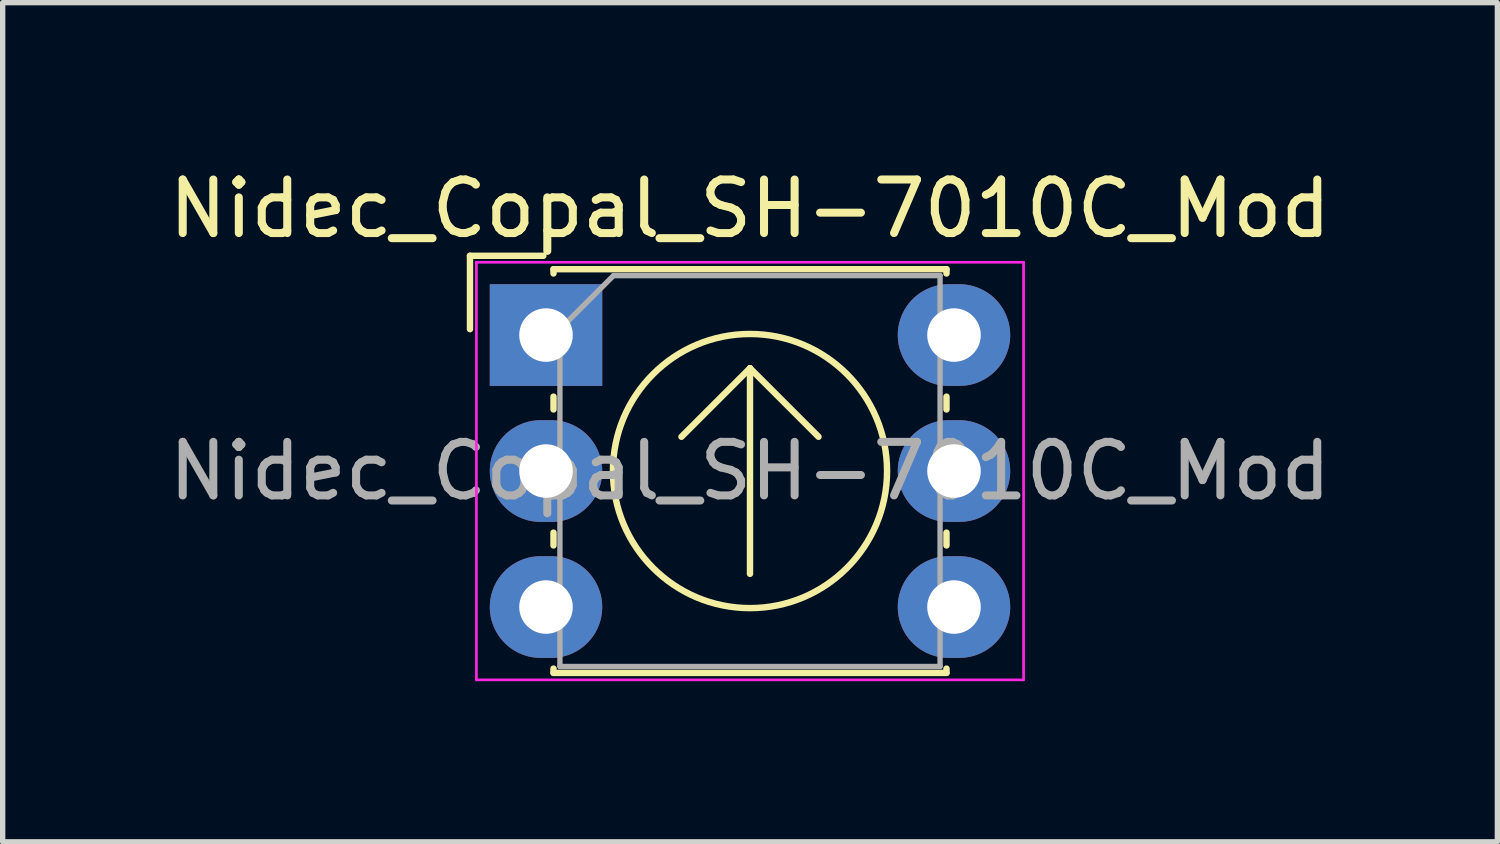
<source format=kicad_pcb>
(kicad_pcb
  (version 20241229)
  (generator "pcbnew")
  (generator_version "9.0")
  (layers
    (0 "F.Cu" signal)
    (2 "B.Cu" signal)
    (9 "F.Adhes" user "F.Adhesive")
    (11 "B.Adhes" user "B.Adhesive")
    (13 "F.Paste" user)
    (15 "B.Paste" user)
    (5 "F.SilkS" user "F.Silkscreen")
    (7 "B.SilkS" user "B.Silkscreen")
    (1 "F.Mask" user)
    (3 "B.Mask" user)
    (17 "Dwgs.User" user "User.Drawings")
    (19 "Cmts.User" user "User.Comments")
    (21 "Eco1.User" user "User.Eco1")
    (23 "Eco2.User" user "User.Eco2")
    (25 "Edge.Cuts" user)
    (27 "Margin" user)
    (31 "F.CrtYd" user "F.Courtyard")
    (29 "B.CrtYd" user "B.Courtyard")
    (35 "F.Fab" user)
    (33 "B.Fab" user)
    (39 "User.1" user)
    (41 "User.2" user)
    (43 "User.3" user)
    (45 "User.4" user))
  (footprint "Nidec_Copal_SH-7010C_Mod"
    (layer "F.Cu")
    (at 7.148 3.208)
    (property "Reference" "Nidec_Copal_SH-7010C_Mod" (at 3.81 -2.36 0) (layer "F.SilkS") (effects (font (size 1 1) (thickness 0.15))))
    (attr through_hole)
    (fp_line (start -1.42 -1.48) (end -0.05 -1.48) (stroke (width 0.12) (type solid)) (layer "F.SilkS"))
    (fp_line (start -1.42 -0.11) (end -1.42 -1.48) (stroke (width 0.12) (type solid)) (layer "F.SilkS"))
    (fp_line (start 0.14 -1.23) (end 7.48 -1.23) (stroke (width 0.12) (type solid)) (layer "F.SilkS"))
    (fp_line (start 0.14 -1.15) (end 0.14 -1.23) (stroke (width 0.12) (type solid)) (layer "F.SilkS"))
    (fp_line (start 0.14 1.15) (end 0.14 1.39) (stroke (width 0.12) (type solid)) (layer "F.SilkS"))
    (fp_line (start 0.14 3.69) (end 0.14 3.93) (stroke (width 0.12) (type solid)) (layer "F.SilkS"))
    (fp_line (start 0.14 6.23) (end 0.14 6.31) (stroke (width 0.12) (type solid)) (layer "F.SilkS"))
    (fp_line (start 0.14 6.31) (end 7.48 6.31) (stroke (width 0.12) (type solid)) (layer "F.SilkS"))
    (fp_line (start 2.53 1.9) (end 3.81 0.62) (stroke (width 0.12) (type solid)) (layer "F.SilkS"))
    (fp_line (start 3.81 0.62) (end 3.81 4.46) (stroke (width 0.12) (type solid)) (layer "F.SilkS"))
    (fp_line (start 3.81 0.62) (end 5.09 1.9) (stroke (width 0.12) (type solid)) (layer "F.SilkS"))
    (fp_line (start 7.48 -1.23) (end 7.48 -1.15) (stroke (width 0.12) (type solid)) (layer "F.SilkS"))
    (fp_line (start 7.48 1.15) (end 7.48 1.39) (stroke (width 0.12) (type solid)) (layer "F.SilkS"))
    (fp_line (start 7.48 3.69) (end 7.48 3.93) (stroke (width 0.12) (type solid)) (layer "F.SilkS"))
    (fp_line (start 7.48 6.31) (end 7.48 6.23) (stroke (width 0.12) (type solid)) (layer "F.SilkS"))
    (fp_circle (center 3.81 2.54) (end 6.37 2.54) (stroke (width 0.12) (type solid)) (fill no) (layer "F.SilkS"))
    (fp_line (start -1.3 -1.36) (end -1.3 6.44) (stroke (width 0.05) (type solid)) (layer "F.CrtYd"))
    (fp_line (start -1.3 6.44) (end 8.92 6.44) (stroke (width 0.05) (type solid)) (layer "F.CrtYd"))
    (fp_line (start 8.92 -1.36) (end -1.3 -1.36) (stroke (width 0.05) (type solid)) (layer "F.CrtYd"))
    (fp_line (start 8.92 6.44) (end 8.92 -1.36) (stroke (width 0.05) (type solid)) (layer "F.CrtYd"))
    (fp_line (start 0.26 -0.11) (end 1.26 -1.11) (stroke (width 0.1) (type solid)) (layer "F.Fab"))
    (fp_line (start 0.26 6.19) (end 0.26 -0.11) (stroke (width 0.1) (type solid)) (layer "F.Fab"))
    (fp_line (start 1.26 -1.11) (end 7.36 -1.11) (stroke (width 0.1) (type solid)) (layer "F.Fab"))
    (fp_line (start 7.36 -1.11) (end 7.36 6.19) (stroke (width 0.1) (type solid)) (layer "F.Fab"))
    (fp_line (start 7.36 6.19) (end 0.26 6.19) (stroke (width 0.1) (type solid)) (layer "F.Fab"))
    (fp_text user "${REFERENCE}" (at 3.81 2.54 0) (layer "F.Fab") (effects (font (size 1 1) (thickness 0.15))))
    (pad "1" thru_hole rect (at 0 0) (size 2.1 1.9) (drill 1) (layers "*.Cu" "*.Mask"))
    (pad "2" thru_hole oval (at 0 2.54) (size 2.1 1.9) (drill 1) (layers "*.Cu" "*.Mask"))
    (pad "3" thru_hole oval (at 0 5.08) (size 2.1 1.9) (drill 1) (layers "*.Cu" "*.Mask"))
    (pad "4" thru_hole oval (at 7.62 5.08) (size 2.1 1.9) (drill 1) (layers "*.Cu" "*.Mask"))
    (pad "5" thru_hole oval (at 7.62 2.54) (size 2.1 1.9) (drill 1) (layers "*.Cu" "*.Mask"))
    (pad "6" thru_hole oval (at 7.62 0) (size 2.1 1.9) (drill 1) (layers "*.Cu" "*.Mask")))
  (gr_rect
    (start -3 -3)
    (end 24.917 12.673)
    (stroke (width 0.1) (type default))
    (fill no)
    (layer "Edge.Cuts")))
</source>
